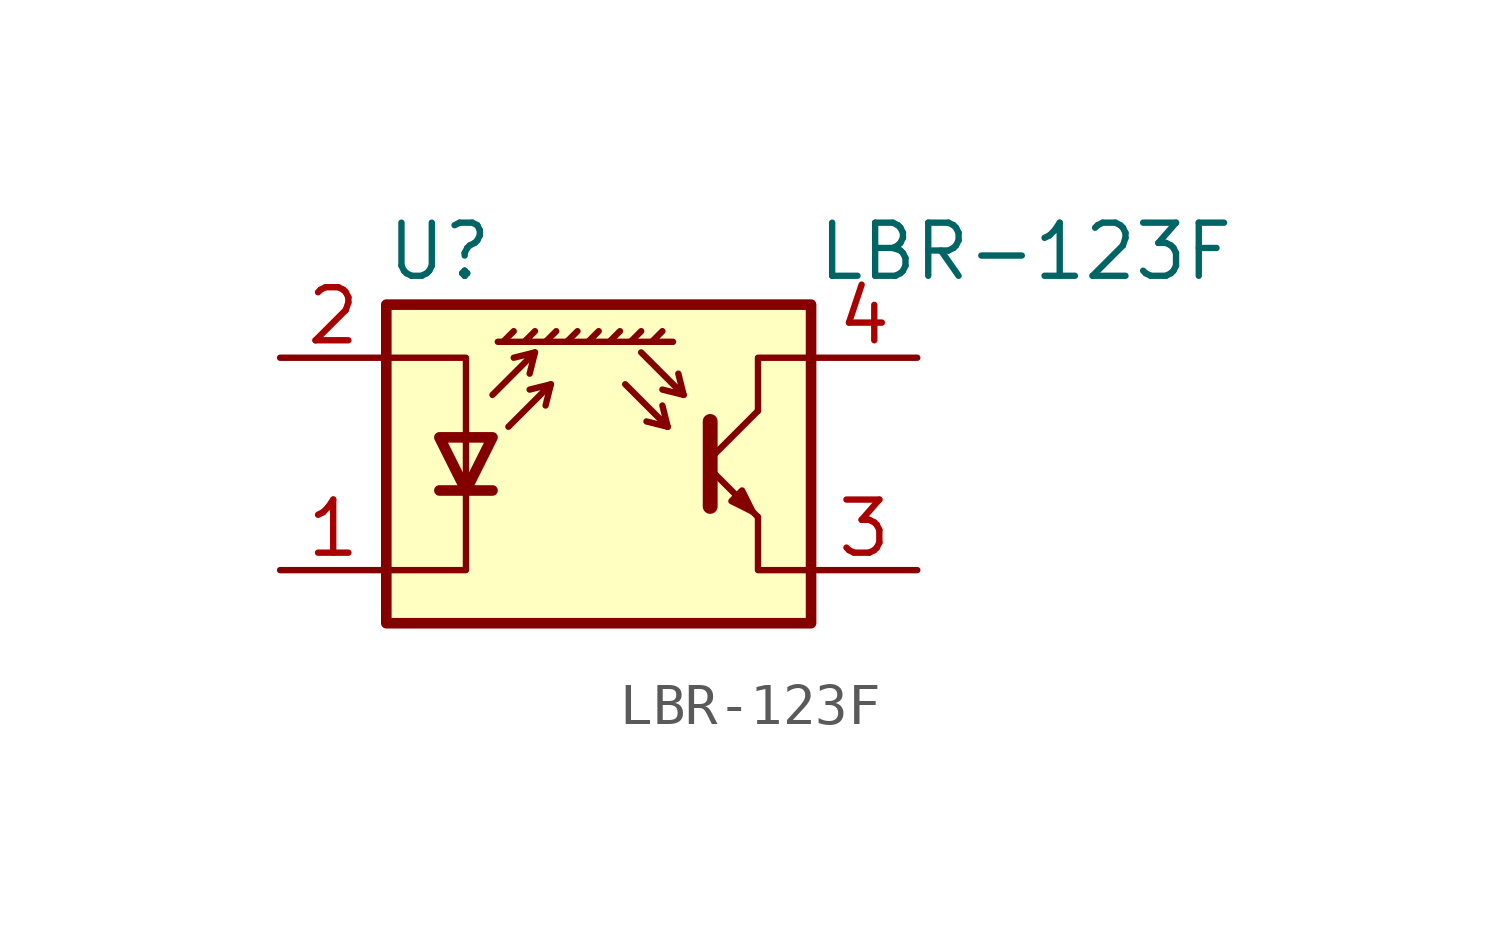
<source format=kicad_sym>
(kicad_symbol_lib
  (version 20220914)
  (generator kicad_symbol_editor)
  (symbol "LBR-123F"
    (pin_names
      (offset 0.025) hide)
    (property "Reference" "U"
      (at -3.81 5.08 0)
      (effects (font (size 1.27 1.27))))
    (property "Value" "LBR-123F"
      (at 15.24 5.08 0)
      (effects (font (size 1.27 1.27)) (justify right)))
    (symbol "LBR-123F_0_1"
      (polyline (pts (xy -3.81 -0.635) (xy -2.54 -0.635)) (stroke (width 0.254) (type default)) (fill (type none)))
      (polyline (pts (xy -2.286 2.921) (xy -2.032 3.175)) (stroke (width 0) (type default)) (fill (type none)))
      (polyline (pts (xy -1.778 2.921) (xy -1.524 3.175)) (stroke (width 0) (type default)) (fill (type none)))
      (polyline (pts (xy -1.524 2.667) (xy -1.651 2.159)) (stroke (width 0) (type default)) (fill (type none)))
      (polyline (pts (xy -1.27 2.921) (xy -1.016 3.175)) (stroke (width 0) (type default)) (fill (type none)))
      (polyline (pts (xy -1.143 1.905) (xy -1.27 1.397)) (stroke (width 0) (type default)) (fill (type none)))
      (polyline (pts (xy -0.762 2.921) (xy -0.508 3.175)) (stroke (width 0) (type default)) (fill (type none)))
      (polyline (pts (xy -0.254 2.921) (xy 0 3.175)) (stroke (width 0) (type default)) (fill (type none)))
      (polyline (pts (xy 0.254 2.921) (xy 0.508 3.175)) (stroke (width 0) (type default)) (fill (type none)))
      (polyline (pts (xy 0.762 2.921) (xy 1.016 3.175)) (stroke (width 0) (type default)) (fill (type none)))
      (polyline (pts (xy 1.27 2.921) (xy 1.524 3.175)) (stroke (width 0) (type default)) (fill (type none)))
      (polyline (pts (xy 1.651 0.889) (xy 1.143 1.016)) (stroke (width 0) (type default)) (fill (type none)))
      (polyline (pts (xy 1.778 2.921) (xy -2.413 2.921)) (stroke (width 0) (type default)) (fill (type none)))
      (polyline (pts (xy 2.032 1.651) (xy 1.524 1.778)) (stroke (width 0) (type default)) (fill (type none)))
      (polyline (pts (xy 2.667 -0.127) (xy 3.81 -1.27)) (stroke (width 0) (type default)) (fill (type none)))
      (polyline (pts (xy 2.667 0.127) (xy 3.81 1.27)) (stroke (width 0) (type default)) (fill (type none)))
      (polyline (pts (xy -2.54 1.651) (xy -1.524 2.667) (xy -2.032 2.54)) (stroke (width 0) (type default)) (fill (type none)))
      (polyline (pts (xy -2.159 0.889) (xy -1.143 1.905) (xy -1.651 1.778)) (stroke (width 0) (type default)) (fill (type none)))
      (polyline (pts (xy 0.635 1.905) (xy 1.651 0.889) (xy 1.524 1.397)) (stroke (width 0) (type default)) (fill (type none)))
      (polyline (pts (xy 1.016 2.667) (xy 2.032 1.651) (xy 1.905 2.159)) (stroke (width 0) (type default)) (fill (type none)))
      (polyline (pts (xy 2.667 1.016) (xy 2.667 -1.016) (xy 2.667 -1.016)) (stroke (width 0.356) (type default)) (fill (type none)))
      (polyline (pts (xy 3.81 -1.27) (xy 3.81 -2.54) (xy 5.08 -2.54)) (stroke (width 0) (type default)) (fill (type none)))
      (polyline (pts (xy 3.81 1.27) (xy 3.81 2.54) (xy 5.08 2.54)) (stroke (width 0) (type default)) (fill (type none)))
      (polyline (pts (xy -5.08 -2.54) (xy -3.175 -2.54) (xy -3.175 2.54) (xy -5.08 2.54)) (stroke (width 0) (type default)) (fill (type none)))
      (polyline (pts (xy -3.175 -0.635) (xy -3.81 0.635) (xy -2.54 0.635) (xy -3.175 -0.635)) (stroke (width 0.254) (type default)) (fill (type none)))
      (polyline (pts (xy 3.683 -1.143) (xy 3.429 -0.635) (xy 3.175 -0.889) (xy 3.683 -1.143)) (stroke (width 0) (type default)) (fill (type none)))
      (polyline (pts (xy -5.08 -3.81) (xy 5.08 -3.81) (xy 5.08 3.81) (xy -5.08 3.81) (xy -5.08 -3.81)) (stroke (width 0.254) (type default)) (fill (type background))))
    (symbol "LBR-123F_1_1"
      (pin power_in line (at -7.62 -2.54 0) (length 2.54) (name "K" (effects (font (size 1.27 1.27)))) (number "1" (effects (font (size 1.27 1.27)))))
      (pin input line (at -7.62 2.54 0) (length 2.54) (name "A" (effects (font (size 1.27 1.27)))) (number "2" (effects (font (size 1.27 1.27)))))
      (pin output line (at 7.62 -2.54 180) (length 2.54) (name "~" (effects (font (size 1.27 1.27)))) (number "3" (effects (font (size 1.27 1.27)))))
      (pin power_in line (at 7.62 2.54 180) (length 2.54) (name "~" (effects (font (size 1.27 1.27)))) (number "4" (effects (font (size 1.27 1.27))))))))
</source>
